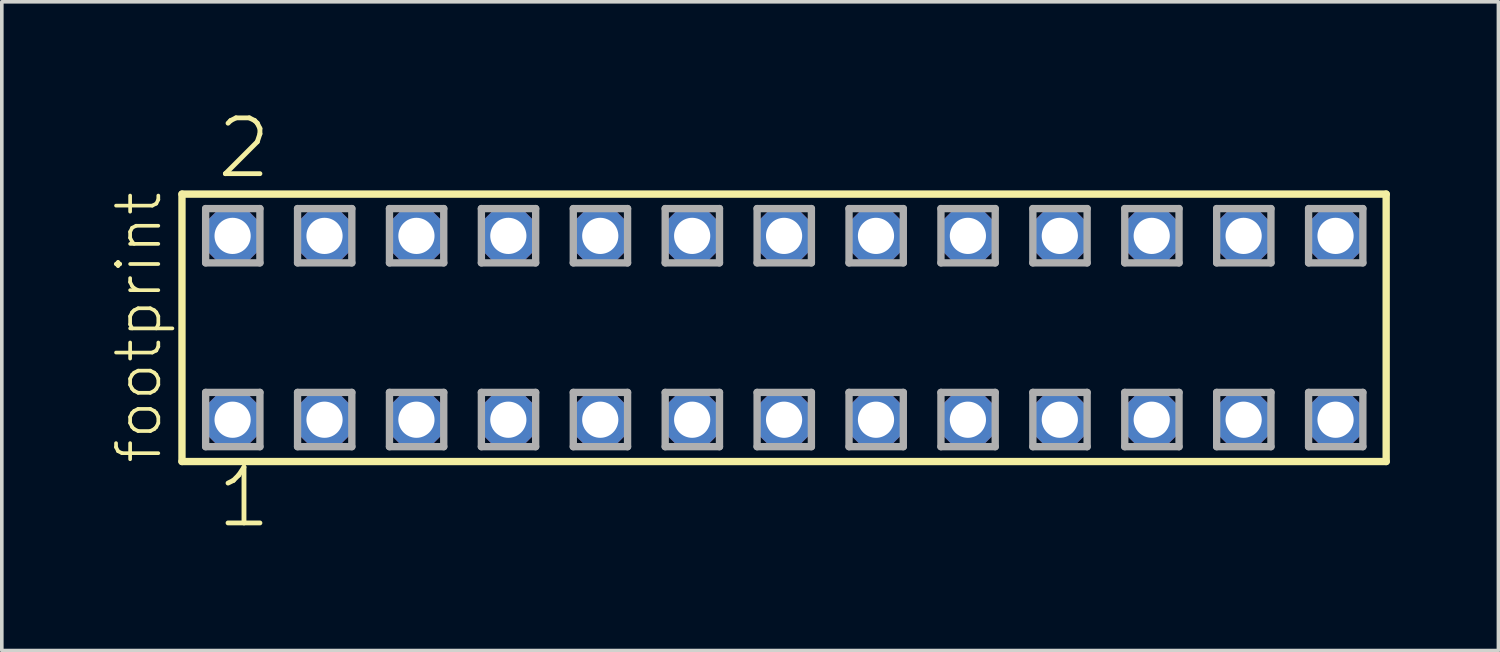
<source format=kicad_pcb>
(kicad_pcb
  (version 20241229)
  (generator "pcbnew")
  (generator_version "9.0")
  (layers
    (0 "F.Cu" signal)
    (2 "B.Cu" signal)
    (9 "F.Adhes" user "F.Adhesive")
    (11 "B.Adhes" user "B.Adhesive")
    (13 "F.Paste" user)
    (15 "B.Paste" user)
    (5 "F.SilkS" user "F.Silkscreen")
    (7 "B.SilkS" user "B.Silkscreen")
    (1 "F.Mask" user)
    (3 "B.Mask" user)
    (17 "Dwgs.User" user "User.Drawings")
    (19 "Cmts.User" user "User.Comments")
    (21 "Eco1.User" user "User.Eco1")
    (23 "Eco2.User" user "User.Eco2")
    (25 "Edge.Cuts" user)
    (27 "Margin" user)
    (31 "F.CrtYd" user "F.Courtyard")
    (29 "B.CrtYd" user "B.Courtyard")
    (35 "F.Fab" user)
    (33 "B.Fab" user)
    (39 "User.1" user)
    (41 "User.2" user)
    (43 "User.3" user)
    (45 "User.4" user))
  (footprint "footprint"
    (layer "F.Cu")
    (at 18.618 6.009)
    (property "Reference" "footprint" (at -17.145 3.81 90) (layer "F.SilkS") (effects (font (size 1.168 1.168) (thickness 0.102)) (justify left bottom)))
    (fp_line (start -16.639 -3.695) (end 16.639 -3.695) (stroke (width 0.203) (type solid)) (layer "F.SilkS"))
    (fp_line (start -16.639 3.695) (end -16.639 -3.695) (stroke (width 0.203) (type solid)) (layer "F.SilkS"))
    (fp_line (start 16.639 -3.695) (end 16.639 3.695) (stroke (width 0.203) (type solid)) (layer "F.SilkS"))
    (fp_line (start 16.639 3.695) (end -16.639 3.695) (stroke (width 0.203) (type solid)) (layer "F.SilkS"))
    (fp_line (start -15.985 -3.295) (end -14.485 -3.295) (stroke (width 0.203) (type solid)) (layer "F.Fab"))
    (fp_line (start -15.985 -1.795) (end -15.985 -3.295) (stroke (width 0.203) (type solid)) (layer "F.Fab"))
    (fp_line (start -15.985 1.785) (end -14.485 1.785) (stroke (width 0.203) (type solid)) (layer "F.Fab"))
    (fp_line (start -15.985 3.285) (end -15.985 1.785) (stroke (width 0.203) (type solid)) (layer "F.Fab"))
    (fp_line (start -14.485 -3.295) (end -14.485 -1.795) (stroke (width 0.203) (type solid)) (layer "F.Fab"))
    (fp_line (start -14.485 -1.795) (end -15.985 -1.795) (stroke (width 0.203) (type solid)) (layer "F.Fab"))
    (fp_line (start -14.485 1.785) (end -14.485 3.285) (stroke (width 0.203) (type solid)) (layer "F.Fab"))
    (fp_line (start -14.485 3.285) (end -15.985 3.285) (stroke (width 0.203) (type solid)) (layer "F.Fab"))
    (fp_line (start -13.445 -3.295) (end -11.945 -3.295) (stroke (width 0.203) (type solid)) (layer "F.Fab"))
    (fp_line (start -13.445 -1.795) (end -13.445 -3.295) (stroke (width 0.203) (type solid)) (layer "F.Fab"))
    (fp_line (start -13.445 1.785) (end -11.945 1.785) (stroke (width 0.203) (type solid)) (layer "F.Fab"))
    (fp_line (start -13.445 3.285) (end -13.445 1.785) (stroke (width 0.203) (type solid)) (layer "F.Fab"))
    (fp_line (start -11.945 -3.295) (end -11.945 -1.795) (stroke (width 0.203) (type solid)) (layer "F.Fab"))
    (fp_line (start -11.945 -1.795) (end -13.445 -1.795) (stroke (width 0.203) (type solid)) (layer "F.Fab"))
    (fp_line (start -11.945 1.785) (end -11.945 3.285) (stroke (width 0.203) (type solid)) (layer "F.Fab"))
    (fp_line (start -11.945 3.285) (end -13.445 3.285) (stroke (width 0.203) (type solid)) (layer "F.Fab"))
    (fp_line (start -10.905 -3.295) (end -9.405 -3.295) (stroke (width 0.203) (type solid)) (layer "F.Fab"))
    (fp_line (start -10.905 -1.795) (end -10.905 -3.295) (stroke (width 0.203) (type solid)) (layer "F.Fab"))
    (fp_line (start -10.905 1.785) (end -9.405 1.785) (stroke (width 0.203) (type solid)) (layer "F.Fab"))
    (fp_line (start -10.905 3.285) (end -10.905 1.785) (stroke (width 0.203) (type solid)) (layer "F.Fab"))
    (fp_line (start -9.405 -3.295) (end -9.405 -1.795) (stroke (width 0.203) (type solid)) (layer "F.Fab"))
    (fp_line (start -9.405 -1.795) (end -10.905 -1.795) (stroke (width 0.203) (type solid)) (layer "F.Fab"))
    (fp_line (start -9.405 1.785) (end -9.405 3.285) (stroke (width 0.203) (type solid)) (layer "F.Fab"))
    (fp_line (start -9.405 3.285) (end -10.905 3.285) (stroke (width 0.203) (type solid)) (layer "F.Fab"))
    (fp_line (start -8.365 -3.295) (end -6.865 -3.295) (stroke (width 0.203) (type solid)) (layer "F.Fab"))
    (fp_line (start -8.365 -1.795) (end -8.365 -3.295) (stroke (width 0.203) (type solid)) (layer "F.Fab"))
    (fp_line (start -8.365 1.785) (end -6.865 1.785) (stroke (width 0.203) (type solid)) (layer "F.Fab"))
    (fp_line (start -8.365 3.285) (end -8.365 1.785) (stroke (width 0.203) (type solid)) (layer "F.Fab"))
    (fp_line (start -6.865 -3.295) (end -6.865 -1.795) (stroke (width 0.203) (type solid)) (layer "F.Fab"))
    (fp_line (start -6.865 -1.795) (end -8.365 -1.795) (stroke (width 0.203) (type solid)) (layer "F.Fab"))
    (fp_line (start -6.865 1.785) (end -6.865 3.285) (stroke (width 0.203) (type solid)) (layer "F.Fab"))
    (fp_line (start -6.865 3.285) (end -8.365 3.285) (stroke (width 0.203) (type solid)) (layer "F.Fab"))
    (fp_line (start -5.825 -3.295) (end -4.325 -3.295) (stroke (width 0.203) (type solid)) (layer "F.Fab"))
    (fp_line (start -5.825 -1.795) (end -5.825 -3.295) (stroke (width 0.203) (type solid)) (layer "F.Fab"))
    (fp_line (start -5.825 1.785) (end -4.325 1.785) (stroke (width 0.203) (type solid)) (layer "F.Fab"))
    (fp_line (start -5.825 3.285) (end -5.825 1.785) (stroke (width 0.203) (type solid)) (layer "F.Fab"))
    (fp_line (start -4.325 -3.295) (end -4.325 -1.795) (stroke (width 0.203) (type solid)) (layer "F.Fab"))
    (fp_line (start -4.325 -1.795) (end -5.825 -1.795) (stroke (width 0.203) (type solid)) (layer "F.Fab"))
    (fp_line (start -4.325 1.785) (end -4.325 3.285) (stroke (width 0.203) (type solid)) (layer "F.Fab"))
    (fp_line (start -4.325 3.285) (end -5.825 3.285) (stroke (width 0.203) (type solid)) (layer "F.Fab"))
    (fp_line (start -3.285 -3.295) (end -1.785 -3.295) (stroke (width 0.203) (type solid)) (layer "F.Fab"))
    (fp_line (start -3.285 -1.795) (end -3.285 -3.295) (stroke (width 0.203) (type solid)) (layer "F.Fab"))
    (fp_line (start -3.285 1.785) (end -1.785 1.785) (stroke (width 0.203) (type solid)) (layer "F.Fab"))
    (fp_line (start -3.285 3.285) (end -3.285 1.785) (stroke (width 0.203) (type solid)) (layer "F.Fab"))
    (fp_line (start -1.785 -3.295) (end -1.785 -1.795) (stroke (width 0.203) (type solid)) (layer "F.Fab"))
    (fp_line (start -1.785 -1.795) (end -3.285 -1.795) (stroke (width 0.203) (type solid)) (layer "F.Fab"))
    (fp_line (start -1.785 1.785) (end -1.785 3.285) (stroke (width 0.203) (type solid)) (layer "F.Fab"))
    (fp_line (start -1.785 3.285) (end -3.285 3.285) (stroke (width 0.203) (type solid)) (layer "F.Fab"))
    (fp_line (start -0.745 -3.295) (end 0.755 -3.295) (stroke (width 0.203) (type solid)) (layer "F.Fab"))
    (fp_line (start -0.745 -1.795) (end -0.745 -3.295) (stroke (width 0.203) (type solid)) (layer "F.Fab"))
    (fp_line (start -0.745 1.785) (end 0.755 1.785) (stroke (width 0.203) (type solid)) (layer "F.Fab"))
    (fp_line (start -0.745 3.285) (end -0.745 1.785) (stroke (width 0.203) (type solid)) (layer "F.Fab"))
    (fp_line (start 0.755 -3.295) (end 0.755 -1.795) (stroke (width 0.203) (type solid)) (layer "F.Fab"))
    (fp_line (start 0.755 -1.795) (end -0.745 -1.795) (stroke (width 0.203) (type solid)) (layer "F.Fab"))
    (fp_line (start 0.755 1.785) (end 0.755 3.285) (stroke (width 0.203) (type solid)) (layer "F.Fab"))
    (fp_line (start 0.755 3.285) (end -0.745 3.285) (stroke (width 0.203) (type solid)) (layer "F.Fab"))
    (fp_line (start 1.795 -3.295) (end 3.295 -3.295) (stroke (width 0.203) (type solid)) (layer "F.Fab"))
    (fp_line (start 1.795 -1.795) (end 1.795 -3.295) (stroke (width 0.203) (type solid)) (layer "F.Fab"))
    (fp_line (start 1.795 1.785) (end 3.295 1.785) (stroke (width 0.203) (type solid)) (layer "F.Fab"))
    (fp_line (start 1.795 3.285) (end 1.795 1.785) (stroke (width 0.203) (type solid)) (layer "F.Fab"))
    (fp_line (start 3.295 -3.295) (end 3.295 -1.795) (stroke (width 0.203) (type solid)) (layer "F.Fab"))
    (fp_line (start 3.295 -1.795) (end 1.795 -1.795) (stroke (width 0.203) (type solid)) (layer "F.Fab"))
    (fp_line (start 3.295 1.785) (end 3.295 3.285) (stroke (width 0.203) (type solid)) (layer "F.Fab"))
    (fp_line (start 3.295 3.285) (end 1.795 3.285) (stroke (width 0.203) (type solid)) (layer "F.Fab"))
    (fp_line (start 4.335 -3.295) (end 5.835 -3.295) (stroke (width 0.203) (type solid)) (layer "F.Fab"))
    (fp_line (start 4.335 -1.795) (end 4.335 -3.295) (stroke (width 0.203) (type solid)) (layer "F.Fab"))
    (fp_line (start 4.335 1.785) (end 5.835 1.785) (stroke (width 0.203) (type solid)) (layer "F.Fab"))
    (fp_line (start 4.335 3.285) (end 4.335 1.785) (stroke (width 0.203) (type solid)) (layer "F.Fab"))
    (fp_line (start 5.835 -3.295) (end 5.835 -1.795) (stroke (width 0.203) (type solid)) (layer "F.Fab"))
    (fp_line (start 5.835 -1.795) (end 4.335 -1.795) (stroke (width 0.203) (type solid)) (layer "F.Fab"))
    (fp_line (start 5.835 1.785) (end 5.835 3.285) (stroke (width 0.203) (type solid)) (layer "F.Fab"))
    (fp_line (start 5.835 3.285) (end 4.335 3.285) (stroke (width 0.203) (type solid)) (layer "F.Fab"))
    (fp_line (start 6.875 -3.295) (end 8.375 -3.295) (stroke (width 0.203) (type solid)) (layer "F.Fab"))
    (fp_line (start 6.875 -1.795) (end 6.875 -3.295) (stroke (width 0.203) (type solid)) (layer "F.Fab"))
    (fp_line (start 6.875 1.785) (end 8.375 1.785) (stroke (width 0.203) (type solid)) (layer "F.Fab"))
    (fp_line (start 6.875 3.285) (end 6.875 1.785) (stroke (width 0.203) (type solid)) (layer "F.Fab"))
    (fp_line (start 8.375 -3.295) (end 8.375 -1.795) (stroke (width 0.203) (type solid)) (layer "F.Fab"))
    (fp_line (start 8.375 -1.795) (end 6.875 -1.795) (stroke (width 0.203) (type solid)) (layer "F.Fab"))
    (fp_line (start 8.375 1.785) (end 8.375 3.285) (stroke (width 0.203) (type solid)) (layer "F.Fab"))
    (fp_line (start 8.375 3.285) (end 6.875 3.285) (stroke (width 0.203) (type solid)) (layer "F.Fab"))
    (fp_line (start 9.415 -3.295) (end 10.915 -3.295) (stroke (width 0.203) (type solid)) (layer "F.Fab"))
    (fp_line (start 9.415 -1.795) (end 9.415 -3.295) (stroke (width 0.203) (type solid)) (layer "F.Fab"))
    (fp_line (start 9.415 1.785) (end 10.915 1.785) (stroke (width 0.203) (type solid)) (layer "F.Fab"))
    (fp_line (start 9.415 3.285) (end 9.415 1.785) (stroke (width 0.203) (type solid)) (layer "F.Fab"))
    (fp_line (start 10.915 -3.295) (end 10.915 -1.795) (stroke (width 0.203) (type solid)) (layer "F.Fab"))
    (fp_line (start 10.915 -1.795) (end 9.415 -1.795) (stroke (width 0.203) (type solid)) (layer "F.Fab"))
    (fp_line (start 10.915 1.785) (end 10.915 3.285) (stroke (width 0.203) (type solid)) (layer "F.Fab"))
    (fp_line (start 10.915 3.285) (end 9.415 3.285) (stroke (width 0.203) (type solid)) (layer "F.Fab"))
    (fp_line (start 11.955 -3.295) (end 13.455 -3.295) (stroke (width 0.203) (type solid)) (layer "F.Fab"))
    (fp_line (start 11.955 -1.795) (end 11.955 -3.295) (stroke (width 0.203) (type solid)) (layer "F.Fab"))
    (fp_line (start 11.955 1.785) (end 13.455 1.785) (stroke (width 0.203) (type solid)) (layer "F.Fab"))
    (fp_line (start 11.955 3.285) (end 11.955 1.785) (stroke (width 0.203) (type solid)) (layer "F.Fab"))
    (fp_line (start 13.455 -3.295) (end 13.455 -1.795) (stroke (width 0.203) (type solid)) (layer "F.Fab"))
    (fp_line (start 13.455 -1.795) (end 11.955 -1.795) (stroke (width 0.203) (type solid)) (layer "F.Fab"))
    (fp_line (start 13.455 1.785) (end 13.455 3.285) (stroke (width 0.203) (type solid)) (layer "F.Fab"))
    (fp_line (start 13.455 3.285) (end 11.955 3.285) (stroke (width 0.203) (type solid)) (layer "F.Fab"))
    (fp_line (start 14.495 -3.295) (end 15.995 -3.295) (stroke (width 0.203) (type solid)) (layer "F.Fab"))
    (fp_line (start 14.495 -1.795) (end 14.495 -3.295) (stroke (width 0.203) (type solid)) (layer "F.Fab"))
    (fp_line (start 14.495 1.785) (end 15.995 1.785) (stroke (width 0.203) (type solid)) (layer "F.Fab"))
    (fp_line (start 14.495 3.285) (end 14.495 1.785) (stroke (width 0.203) (type solid)) (layer "F.Fab"))
    (fp_line (start 15.995 -3.295) (end 15.995 -1.795) (stroke (width 0.203) (type solid)) (layer "F.Fab"))
    (fp_line (start 15.995 -1.795) (end 14.495 -1.795) (stroke (width 0.203) (type solid)) (layer "F.Fab"))
    (fp_line (start 15.995 1.785) (end 15.995 3.285) (stroke (width 0.203) (type solid)) (layer "F.Fab"))
    (fp_line (start 15.995 3.285) (end 14.495 3.285) (stroke (width 0.203) (type solid)) (layer "F.Fab"))
    (fp_text user "1" (at -15.748 5.588 0) (layer "F.SilkS") (effects (font (size 1.542 1.542) (thickness 0.134)) (justify left bottom)))
    (fp_text user "2" (at -15.748 -4.064 0) (layer "F.SilkS") (effects (font (size 1.542 1.542) (thickness 0.134)) (justify left bottom)))
    (pad "1" thru_hole roundrect (at -15.24 2.54) (size 1.5 1.5) (drill 1) (layers "*.Cu" "*.Mask") (roundrect_rratio 0.25) (chamfer_ratio 0.25) (chamfer top_left top_right bottom_left bottom_right))
    (pad "2" thru_hole roundrect (at -15.24 -2.54) (size 1.5 1.5) (drill 1) (layers "*.Cu" "*.Mask") (roundrect_rratio 0.25) (chamfer_ratio 0.25) (chamfer top_left top_right bottom_left bottom_right))
    (pad "3" thru_hole roundrect (at -12.7 2.54) (size 1.5 1.5) (drill 1) (layers "*.Cu" "*.Mask") (roundrect_rratio 0.25) (chamfer_ratio 0.25) (chamfer top_left top_right bottom_left bottom_right))
    (pad "4" thru_hole roundrect (at -12.7 -2.54) (size 1.5 1.5) (drill 1) (layers "*.Cu" "*.Mask") (roundrect_rratio 0.25) (chamfer_ratio 0.25) (chamfer top_left top_right bottom_left bottom_right))
    (pad "5" thru_hole roundrect (at -10.16 2.54) (size 1.5 1.5) (drill 1) (layers "*.Cu" "*.Mask") (roundrect_rratio 0.25) (chamfer_ratio 0.25) (chamfer top_left top_right bottom_left bottom_right))
    (pad "6" thru_hole roundrect (at -10.16 -2.54) (size 1.5 1.5) (drill 1) (layers "*.Cu" "*.Mask") (roundrect_rratio 0.25) (chamfer_ratio 0.25) (chamfer top_left top_right bottom_left bottom_right))
    (pad "7" thru_hole roundrect (at -7.62 2.54) (size 1.5 1.5) (drill 1) (layers "*.Cu" "*.Mask") (roundrect_rratio 0.25) (chamfer_ratio 0.25) (chamfer top_left top_right bottom_left bottom_right))
    (pad "8" thru_hole roundrect (at -7.62 -2.54) (size 1.5 1.5) (drill 1) (layers "*.Cu" "*.Mask") (roundrect_rratio 0.25) (chamfer_ratio 0.25) (chamfer top_left top_right bottom_left bottom_right))
    (pad "9" thru_hole roundrect (at -5.08 2.54) (size 1.5 1.5) (drill 1) (layers "*.Cu" "*.Mask") (roundrect_rratio 0.25) (chamfer_ratio 0.25) (chamfer top_left top_right bottom_left bottom_right))
    (pad "10" thru_hole roundrect (at -5.08 -2.54) (size 1.5 1.5) (drill 1) (layers "*.Cu" "*.Mask") (roundrect_rratio 0.25) (chamfer_ratio 0.25) (chamfer top_left top_right bottom_left bottom_right))
    (pad "11" thru_hole roundrect (at -2.54 2.54) (size 1.5 1.5) (drill 1) (layers "*.Cu" "*.Mask") (roundrect_rratio 0.25) (chamfer_ratio 0.25) (chamfer top_left top_right bottom_left bottom_right))
    (pad "12" thru_hole roundrect (at -2.54 -2.54) (size 1.5 1.5) (drill 1) (layers "*.Cu" "*.Mask") (roundrect_rratio 0.25) (chamfer_ratio 0.25) (chamfer top_left top_right bottom_left bottom_right))
    (pad "13" thru_hole roundrect (at 0 2.54) (size 1.5 1.5) (drill 1) (layers "*.Cu" "*.Mask") (roundrect_rratio 0.25) (chamfer_ratio 0.25) (chamfer top_left top_right bottom_left bottom_right))
    (pad "14" thru_hole roundrect (at 0 -2.54) (size 1.5 1.5) (drill 1) (layers "*.Cu" "*.Mask") (roundrect_rratio 0.25) (chamfer_ratio 0.25) (chamfer top_left top_right bottom_left bottom_right))
    (pad "15" thru_hole roundrect (at 2.54 2.54) (size 1.5 1.5) (drill 1) (layers "*.Cu" "*.Mask") (roundrect_rratio 0.25) (chamfer_ratio 0.25) (chamfer top_left top_right bottom_left bottom_right))
    (pad "16" thru_hole roundrect (at 2.54 -2.54) (size 1.5 1.5) (drill 1) (layers "*.Cu" "*.Mask") (roundrect_rratio 0.25) (chamfer_ratio 0.25) (chamfer top_left top_right bottom_left bottom_right))
    (pad "17" thru_hole roundrect (at 5.08 2.54) (size 1.5 1.5) (drill 1) (layers "*.Cu" "*.Mask") (roundrect_rratio 0.25) (chamfer_ratio 0.25) (chamfer top_left top_right bottom_left bottom_right))
    (pad "18" thru_hole roundrect (at 5.08 -2.54) (size 1.5 1.5) (drill 1) (layers "*.Cu" "*.Mask") (roundrect_rratio 0.25) (chamfer_ratio 0.25) (chamfer top_left top_right bottom_left bottom_right))
    (pad "19" thru_hole roundrect (at 7.62 2.54) (size 1.5 1.5) (drill 1) (layers "*.Cu" "*.Mask") (roundrect_rratio 0.25) (chamfer_ratio 0.25) (chamfer top_left top_right bottom_left bottom_right))
    (pad "20" thru_hole roundrect (at 7.62 -2.54) (size 1.5 1.5) (drill 1) (layers "*.Cu" "*.Mask") (roundrect_rratio 0.25) (chamfer_ratio 0.25) (chamfer top_left top_right bottom_left bottom_right))
    (pad "21" thru_hole roundrect (at 10.16 2.54) (size 1.5 1.5) (drill 1) (layers "*.Cu" "*.Mask") (roundrect_rratio 0.25) (chamfer_ratio 0.25) (chamfer top_left top_right bottom_left bottom_right))
    (pad "22" thru_hole roundrect (at 10.16 -2.54) (size 1.5 1.5) (drill 1) (layers "*.Cu" "*.Mask") (roundrect_rratio 0.25) (chamfer_ratio 0.25) (chamfer top_left top_right bottom_left bottom_right))
    (pad "23" thru_hole roundrect (at 12.7 2.54) (size 1.5 1.5) (drill 1) (layers "*.Cu" "*.Mask") (roundrect_rratio 0.25) (chamfer_ratio 0.25) (chamfer top_left top_right bottom_left bottom_right))
    (pad "24" thru_hole roundrect (at 12.7 -2.54) (size 1.5 1.5) (drill 1) (layers "*.Cu" "*.Mask") (roundrect_rratio 0.25) (chamfer_ratio 0.25) (chamfer top_left top_right bottom_left bottom_right))
    (pad "25" thru_hole roundrect (at 15.24 2.54) (size 1.5 1.5) (drill 1) (layers "*.Cu" "*.Mask") (roundrect_rratio 0.25) (chamfer_ratio 0.25) (chamfer top_left top_right bottom_left bottom_right))
    (pad "26" thru_hole roundrect (at 15.24 -2.54) (size 1.5 1.5) (drill 1) (layers "*.Cu" "*.Mask") (roundrect_rratio 0.25) (chamfer_ratio 0.25) (chamfer top_left top_right bottom_left bottom_right)))
  (gr_rect
    (start -3 -3)
    (end 38.359 14.927)
    (stroke (width 0.1) (type default))
    (fill no)
    (layer "Edge.Cuts")))
</source>
